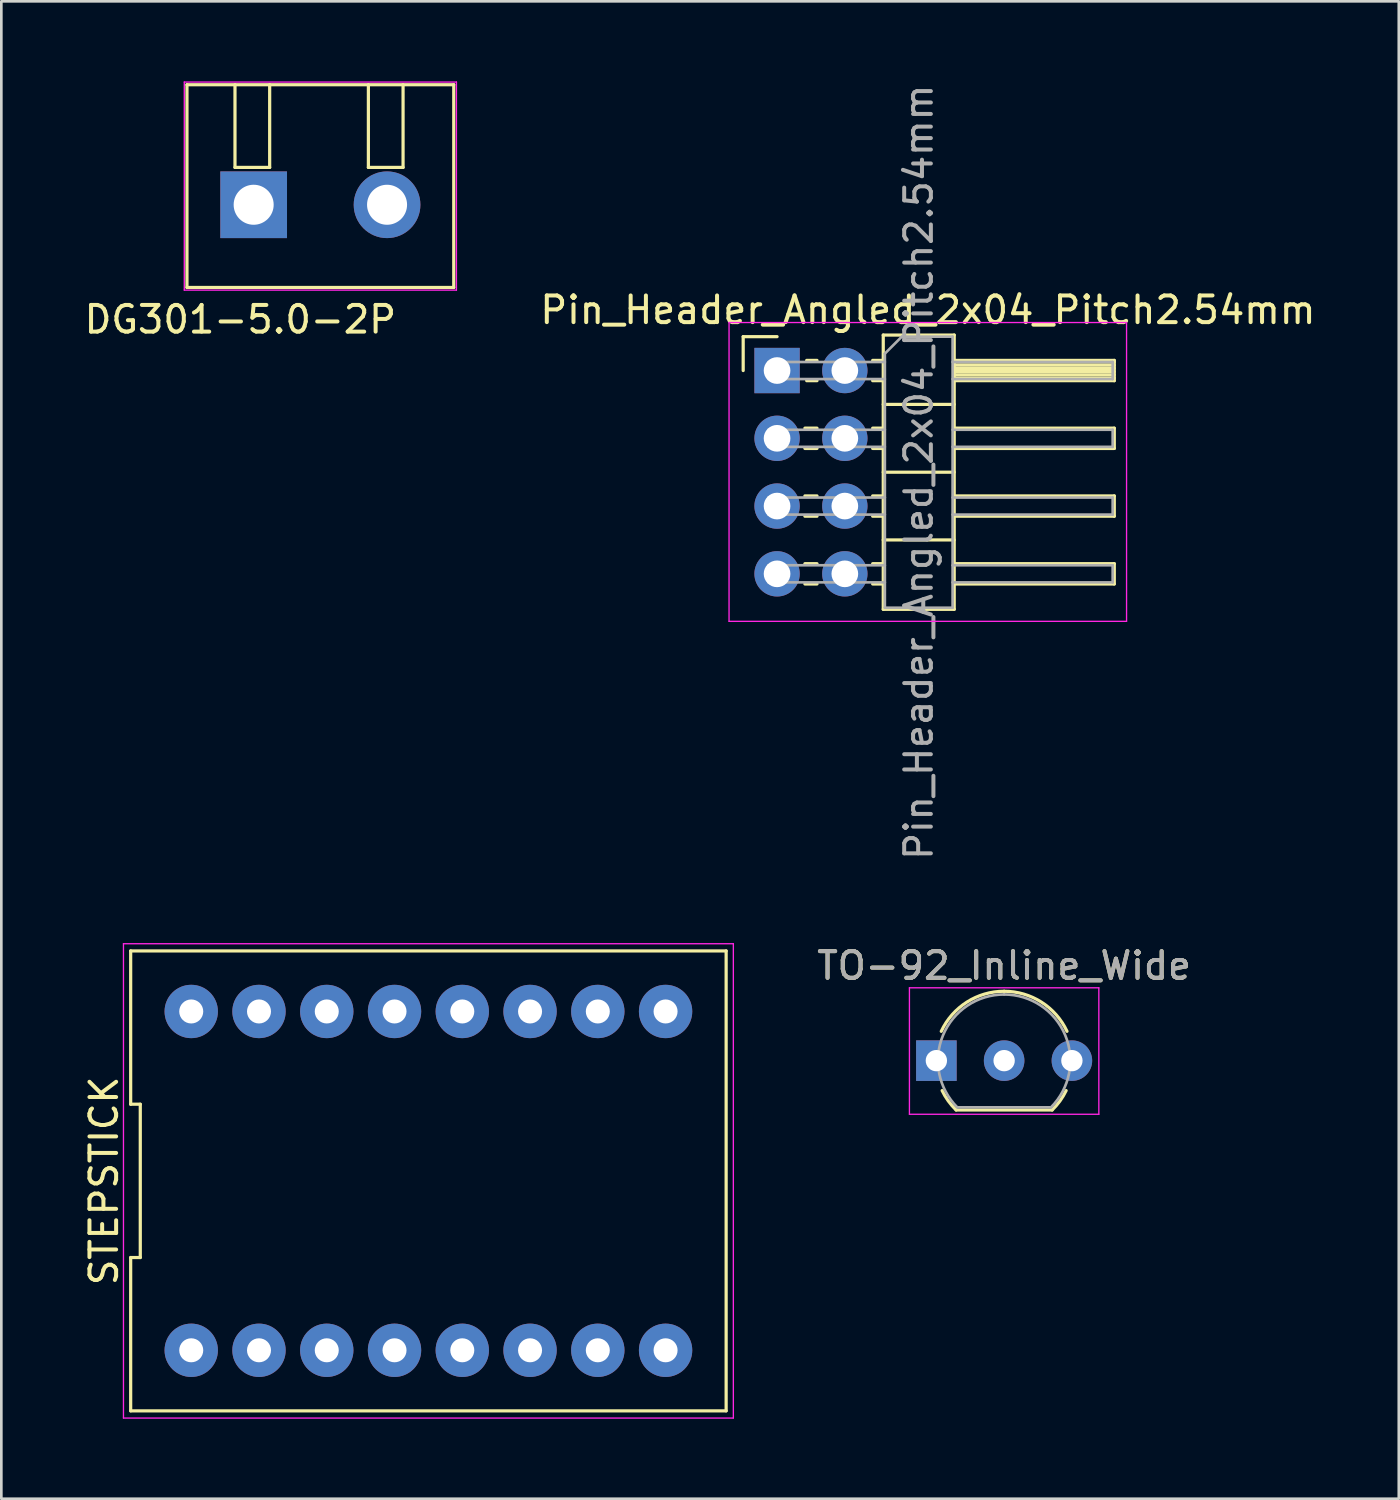
<source format=kicad_pcb>
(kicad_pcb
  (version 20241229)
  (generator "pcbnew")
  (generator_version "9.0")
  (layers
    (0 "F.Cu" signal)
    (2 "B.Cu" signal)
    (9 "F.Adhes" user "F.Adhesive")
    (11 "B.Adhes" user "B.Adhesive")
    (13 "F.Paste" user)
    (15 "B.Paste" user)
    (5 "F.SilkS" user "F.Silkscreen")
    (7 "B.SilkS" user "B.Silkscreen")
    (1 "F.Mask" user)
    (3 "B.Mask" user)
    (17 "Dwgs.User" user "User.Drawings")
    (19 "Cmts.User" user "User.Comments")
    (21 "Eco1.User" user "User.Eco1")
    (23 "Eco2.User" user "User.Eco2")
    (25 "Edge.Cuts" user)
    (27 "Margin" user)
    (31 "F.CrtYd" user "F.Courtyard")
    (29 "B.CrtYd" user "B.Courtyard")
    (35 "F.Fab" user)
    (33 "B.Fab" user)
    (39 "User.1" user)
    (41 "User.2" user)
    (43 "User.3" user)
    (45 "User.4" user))
  (footprint "TO-92_Inline_Wide"
    (layer "F.Cu")
    (at 32.048 36.706)
    (property "Reference" "TO-92_Inline_Wide" (at 2.54 -3.56 180) (layer "F.SilkS") (effects (font (size 1 1) (thickness 0.15))))
    (attr through_hole)
    (fp_line (start 0.74 1.85) (end 4.34 1.85) (stroke (width 0.12) (type solid)) (layer "F.SilkS"))
    (fp_arc (start 0.1836 -1.098807) (mid 1.143021 -2.192817) (end 2.54 -2.6) (stroke (width 0.12) (type solid)) (layer "F.SilkS"))
    (fp_arc (start 0.74 1.85) (mid 0.446097 1.509328) (end 0.215816 1.122795) (stroke (width 0.12) (type solid)) (layer "F.SilkS"))
    (fp_arc (start 2.54 -2.6) (mid 3.936979 -2.192818) (end 4.8964 -1.098807) (stroke (width 0.12) (type solid)) (layer "F.SilkS"))
    (fp_arc (start 4.864184 1.122795) (mid 4.633903 1.509328) (end 4.34 1.85) (stroke (width 0.12) (type solid)) (layer "F.SilkS"))
    (fp_line (start -1.01 -2.73) (end -1.01 2.01) (stroke (width 0.05) (type solid)) (layer "F.CrtYd"))
    (fp_line (start -1.01 -2.73) (end 6.09 -2.73) (stroke (width 0.05) (type solid)) (layer "F.CrtYd"))
    (fp_line (start 6.09 2.01) (end -1.01 2.01) (stroke (width 0.05) (type solid)) (layer "F.CrtYd"))
    (fp_line (start 6.09 2.01) (end 6.09 -2.73) (stroke (width 0.05) (type solid)) (layer "F.CrtYd"))
    (fp_line (start 0.8 1.75) (end 4.3 1.75) (stroke (width 0.1) (type solid)) (layer "F.Fab"))
    (fp_arc (start 0.786375 1.753625) (mid 0.248779 -0.949055) (end 2.54 -2.48) (stroke (width 0.1) (type solid)) (layer "F.Fab"))
    (fp_arc (start 2.54 -2.48) (mid 4.831221 -0.949055) (end 4.293625 1.753625) (stroke (width 0.1) (type solid)) (layer "F.Fab"))
    (fp_text user "${REFERENCE}" (at 2.54 -3.56 180) (layer "F.Fab") (effects (font (size 1 1) (thickness 0.15))))
    (pad "1" thru_hole rect (at 0 0 90) (size 1.52 1.52) (drill 0.8) (layers "*.Cu" "*.Mask"))
    (pad "2" thru_hole circle (at 2.54 0 90) (size 1.52 1.52) (drill 0.8) (layers "*.Cu" "*.Mask"))
    (pad "3" thru_hole circle (at 5.08 0 90) (size 1.52 1.52) (drill 0.8) (layers "*.Cu" "*.Mask")))
  (footprint "STEPSTICK"
    (layer "F.Cu")
    (at 13.008 41.213)
    (property "Reference" "STEPSTICK" (at -12.16 0 90) (layer "F.SilkS") (effects (font (size 1 1) (thickness 0.15))))
    (attr through_hole)
    (fp_line (start -11.16 -8.62) (end -11.16 -2.873) (stroke (width 0.12) (type solid)) (layer "F.SilkS"))
    (fp_line (start -11.16 -2.873) (end -10.8 -2.873) (stroke (width 0.12) (type solid)) (layer "F.SilkS"))
    (fp_line (start -11.16 2.873) (end -11.16 8.62) (stroke (width 0.12) (type solid)) (layer "F.SilkS"))
    (fp_line (start -11.16 8.62) (end 11.16 8.62) (stroke (width 0.12) (type solid)) (layer "F.SilkS"))
    (fp_line (start -10.8 -2.873) (end -10.8 2.873) (stroke (width 0.12) (type solid)) (layer "F.SilkS"))
    (fp_line (start -10.8 2.873) (end -11.16 2.873) (stroke (width 0.12) (type solid)) (layer "F.SilkS"))
    (fp_line (start 11.16 -8.62) (end -11.16 -8.62) (stroke (width 0.12) (type solid)) (layer "F.SilkS"))
    (fp_line (start 11.16 8.62) (end 11.16 -8.62) (stroke (width 0.12) (type solid)) (layer "F.SilkS"))
    (fp_line (start -11.43 -8.89) (end 11.43 -8.89) (stroke (width 0.05) (type solid)) (layer "F.CrtYd"))
    (fp_line (start -11.43 8.89) (end -11.43 -8.89) (stroke (width 0.05) (type solid)) (layer "F.CrtYd"))
    (fp_line (start 11.43 -8.89) (end 11.43 8.89) (stroke (width 0.05) (type solid)) (layer "F.CrtYd"))
    (fp_line (start 11.43 8.89) (end -11.43 8.89) (stroke (width 0.05) (type solid)) (layer "F.CrtYd"))
    (pad "1" thru_hole circle (at -8.89 6.35) (size 2 2) (drill 0.9) (layers "*.Cu" "*.Mask"))
    (pad "2" thru_hole circle (at -6.35 6.35) (size 2 2) (drill 0.9) (layers "*.Cu" "*.Mask"))
    (pad "3" thru_hole circle (at -3.81 6.35) (size 2 2) (drill 0.9) (layers "*.Cu" "*.Mask"))
    (pad "4" thru_hole circle (at -1.27 6.35) (size 2 2) (drill 0.9) (layers "*.Cu" "*.Mask"))
    (pad "5" thru_hole circle (at 1.27 6.35) (size 2 2) (drill 0.9) (layers "*.Cu" "*.Mask"))
    (pad "6" thru_hole circle (at 3.81 6.35) (size 2 2) (drill 0.9) (layers "*.Cu" "*.Mask"))
    (pad "7" thru_hole circle (at 6.35 6.35) (size 2 2) (drill 0.9) (layers "*.Cu" "*.Mask"))
    (pad "8" thru_hole circle (at 8.89 6.35) (size 2 2) (drill 0.9) (layers "*.Cu" "*.Mask"))
    (pad "9" thru_hole circle (at 8.89 -6.35) (size 2 2) (drill 0.9) (layers "*.Cu" "*.Mask"))
    (pad "10" thru_hole circle (at 6.35 -6.35) (size 2 2) (drill 0.9) (layers "*.Cu" "*.Mask"))
    (pad "11" thru_hole circle (at 3.81 -6.35) (size 2 2) (drill 0.9) (layers "*.Cu" "*.Mask"))
    (pad "12" thru_hole circle (at 1.27 -6.35) (size 2 2) (drill 0.9) (layers "*.Cu" "*.Mask"))
    (pad "13" thru_hole circle (at -1.27 -6.35) (size 2 2) (drill 0.9) (layers "*.Cu" "*.Mask"))
    (pad "14" thru_hole circle (at -3.81 -6.35) (size 2 2) (drill 0.9) (layers "*.Cu" "*.Mask"))
    (pad "15" thru_hole circle (at -6.35 -6.35) (size 2 2) (drill 0.9) (layers "*.Cu" "*.Mask"))
    (pad "16" thru_hole circle (at -8.89 -6.35) (size 2 2) (drill 0.9) (layers "*.Cu" "*.Mask")))
  (footprint "DG301-5.0-2P"
    (layer "F.Cu")
    (at 6.458 4.625)
    (property "Reference" "DG301-5.0-2P" (at -0.5 4.3 0) (layer "F.SilkS") (effects (font (size 1 1) (thickness 0.15))))
    (attr through_hole)
    (fp_line (start -2.5 -4.5) (end -2.5 3.1) (stroke (width 0.12) (type solid)) (layer "F.SilkS"))
    (fp_line (start -2.5 3.1) (end 7.5 3.1) (stroke (width 0.12) (type solid)) (layer "F.SilkS"))
    (fp_line (start -0.7 -4.5) (end -0.7 -1.4) (stroke (width 0.12) (type solid)) (layer "F.SilkS"))
    (fp_line (start -0.7 -1.4) (end 0.6 -1.4) (stroke (width 0.12) (type solid)) (layer "F.SilkS"))
    (fp_line (start 0.6 -1.4) (end 0.6 -4.5) (stroke (width 0.12) (type solid)) (layer "F.SilkS"))
    (fp_line (start 4.3 -4.5) (end 4.3 -1.4) (stroke (width 0.12) (type solid)) (layer "F.SilkS"))
    (fp_line (start 4.3 -1.4) (end 5.6 -1.4) (stroke (width 0.12) (type solid)) (layer "F.SilkS"))
    (fp_line (start 5.6 -1.4) (end 5.6 -4.5) (stroke (width 0.12) (type solid)) (layer "F.SilkS"))
    (fp_line (start 7.5 -4.5) (end -2.5 -4.5) (stroke (width 0.12) (type solid)) (layer "F.SilkS"))
    (fp_line (start 7.5 3.1) (end 7.5 -4.5) (stroke (width 0.12) (type solid)) (layer "F.SilkS"))
    (fp_line (start -2.6 -4.6) (end -2.6 3.2) (stroke (width 0.05) (type solid)) (layer "F.CrtYd"))
    (fp_line (start -2.6 3.2) (end 7.6 3.2) (stroke (width 0.05) (type solid)) (layer "F.CrtYd"))
    (fp_line (start 7.6 -4.6) (end -2.6 -4.6) (stroke (width 0.05) (type solid)) (layer "F.CrtYd"))
    (fp_line (start 7.6 3.2) (end 7.6 -4.6) (stroke (width 0.05) (type solid)) (layer "F.CrtYd"))
    (pad "1" thru_hole rect (at 0 0) (size 2.5 2.5) (drill 1.5) (layers "*.Cu" "*.Mask"))
    (pad "2" thru_hole circle (at 5 0) (size 2.5 2.5) (drill 1.5) (layers "*.Cu" "*.Mask")))
  (footprint "Pin_Header_Angled_2x04_Pitch2.54mm"
    (layer "F.Cu")
    (at 26.077 10.839)
    (property "Reference" "Pin_Header_Angled_2x04_Pitch2.54mm" (at 5.655 -2.27 0) (layer "F.SilkS") (effects (font (size 1 1) (thickness 0.15))))
    (attr through_hole)
    (fp_line (start -1.27 -1.27) (end 0 -1.27) (stroke (width 0.12) (type solid)) (layer "F.SilkS"))
    (fp_line (start -1.27 0) (end -1.27 -1.27) (stroke (width 0.12) (type solid)) (layer "F.SilkS"))
    (fp_line (start 1.043 2.16) (end 1.497 2.16) (stroke (width 0.12) (type solid)) (layer "F.SilkS"))
    (fp_line (start 1.043 2.92) (end 1.497 2.92) (stroke (width 0.12) (type solid)) (layer "F.SilkS"))
    (fp_line (start 1.043 4.7) (end 1.497 4.7) (stroke (width 0.12) (type solid)) (layer "F.SilkS"))
    (fp_line (start 1.043 5.46) (end 1.497 5.46) (stroke (width 0.12) (type solid)) (layer "F.SilkS"))
    (fp_line (start 1.043 7.24) (end 1.497 7.24) (stroke (width 0.12) (type solid)) (layer "F.SilkS"))
    (fp_line (start 1.043 8) (end 1.497 8) (stroke (width 0.12) (type solid)) (layer "F.SilkS"))
    (fp_line (start 1.11 -0.38) (end 1.497 -0.38) (stroke (width 0.12) (type solid)) (layer "F.SilkS"))
    (fp_line (start 1.11 0.38) (end 1.497 0.38) (stroke (width 0.12) (type solid)) (layer "F.SilkS"))
    (fp_line (start 3.583 -0.38) (end 3.98 -0.38) (stroke (width 0.12) (type solid)) (layer "F.SilkS"))
    (fp_line (start 3.583 0.38) (end 3.98 0.38) (stroke (width 0.12) (type solid)) (layer "F.SilkS"))
    (fp_line (start 3.583 2.16) (end 3.98 2.16) (stroke (width 0.12) (type solid)) (layer "F.SilkS"))
    (fp_line (start 3.583 2.92) (end 3.98 2.92) (stroke (width 0.12) (type solid)) (layer "F.SilkS"))
    (fp_line (start 3.583 4.7) (end 3.98 4.7) (stroke (width 0.12) (type solid)) (layer "F.SilkS"))
    (fp_line (start 3.583 5.46) (end 3.98 5.46) (stroke (width 0.12) (type solid)) (layer "F.SilkS"))
    (fp_line (start 3.583 7.24) (end 3.98 7.24) (stroke (width 0.12) (type solid)) (layer "F.SilkS"))
    (fp_line (start 3.583 8) (end 3.98 8) (stroke (width 0.12) (type solid)) (layer "F.SilkS"))
    (fp_line (start 3.98 -1.33) (end 3.98 8.95) (stroke (width 0.12) (type solid)) (layer "F.SilkS"))
    (fp_line (start 3.98 1.27) (end 6.64 1.27) (stroke (width 0.12) (type solid)) (layer "F.SilkS"))
    (fp_line (start 3.98 3.81) (end 6.64 3.81) (stroke (width 0.12) (type solid)) (layer "F.SilkS"))
    (fp_line (start 3.98 6.35) (end 6.64 6.35) (stroke (width 0.12) (type solid)) (layer "F.SilkS"))
    (fp_line (start 3.98 8.95) (end 6.64 8.95) (stroke (width 0.12) (type solid)) (layer "F.SilkS"))
    (fp_line (start 6.64 -1.33) (end 3.98 -1.33) (stroke (width 0.12) (type solid)) (layer "F.SilkS"))
    (fp_line (start 6.64 -0.38) (end 12.64 -0.38) (stroke (width 0.12) (type solid)) (layer "F.SilkS"))
    (fp_line (start 6.64 -0.32) (end 12.64 -0.32) (stroke (width 0.12) (type solid)) (layer "F.SilkS"))
    (fp_line (start 6.64 -0.2) (end 12.64 -0.2) (stroke (width 0.12) (type solid)) (layer "F.SilkS"))
    (fp_line (start 6.64 -0.08) (end 12.64 -0.08) (stroke (width 0.12) (type solid)) (layer "F.SilkS"))
    (fp_line (start 6.64 0.04) (end 12.64 0.04) (stroke (width 0.12) (type solid)) (layer "F.SilkS"))
    (fp_line (start 6.64 0.16) (end 12.64 0.16) (stroke (width 0.12) (type solid)) (layer "F.SilkS"))
    (fp_line (start 6.64 0.28) (end 12.64 0.28) (stroke (width 0.12) (type solid)) (layer "F.SilkS"))
    (fp_line (start 6.64 2.16) (end 12.64 2.16) (stroke (width 0.12) (type solid)) (layer "F.SilkS"))
    (fp_line (start 6.64 4.7) (end 12.64 4.7) (stroke (width 0.12) (type solid)) (layer "F.SilkS"))
    (fp_line (start 6.64 7.24) (end 12.64 7.24) (stroke (width 0.12) (type solid)) (layer "F.SilkS"))
    (fp_line (start 6.64 8.95) (end 6.64 -1.33) (stroke (width 0.12) (type solid)) (layer "F.SilkS"))
    (fp_line (start 12.64 -0.38) (end 12.64 0.38) (stroke (width 0.12) (type solid)) (layer "F.SilkS"))
    (fp_line (start 12.64 0.38) (end 6.64 0.38) (stroke (width 0.12) (type solid)) (layer "F.SilkS"))
    (fp_line (start 12.64 2.16) (end 12.64 2.92) (stroke (width 0.12) (type solid)) (layer "F.SilkS"))
    (fp_line (start 12.64 2.92) (end 6.64 2.92) (stroke (width 0.12) (type solid)) (layer "F.SilkS"))
    (fp_line (start 12.64 4.7) (end 12.64 5.46) (stroke (width 0.12) (type solid)) (layer "F.SilkS"))
    (fp_line (start 12.64 5.46) (end 6.64 5.46) (stroke (width 0.12) (type solid)) (layer "F.SilkS"))
    (fp_line (start 12.64 7.24) (end 12.64 8) (stroke (width 0.12) (type solid)) (layer "F.SilkS"))
    (fp_line (start 12.64 8) (end 6.64 8) (stroke (width 0.12) (type solid)) (layer "F.SilkS"))
    (fp_line (start -1.8 -1.8) (end -1.8 9.4) (stroke (width 0.05) (type solid)) (layer "F.CrtYd"))
    (fp_line (start -1.8 9.4) (end 13.1 9.4) (stroke (width 0.05) (type solid)) (layer "F.CrtYd"))
    (fp_line (start 13.1 -1.8) (end -1.8 -1.8) (stroke (width 0.05) (type solid)) (layer "F.CrtYd"))
    (fp_line (start 13.1 9.4) (end 13.1 -1.8) (stroke (width 0.05) (type solid)) (layer "F.CrtYd"))
    (fp_line (start -0.32 -0.32) (end -0.32 0.32) (stroke (width 0.1) (type solid)) (layer "F.Fab"))
    (fp_line (start -0.32 -0.32) (end 4.04 -0.32) (stroke (width 0.1) (type solid)) (layer "F.Fab"))
    (fp_line (start -0.32 0.32) (end 4.04 0.32) (stroke (width 0.1) (type solid)) (layer "F.Fab"))
    (fp_line (start -0.32 2.22) (end -0.32 2.86) (stroke (width 0.1) (type solid)) (layer "F.Fab"))
    (fp_line (start -0.32 2.22) (end 4.04 2.22) (stroke (width 0.1) (type solid)) (layer "F.Fab"))
    (fp_line (start -0.32 2.86) (end 4.04 2.86) (stroke (width 0.1) (type solid)) (layer "F.Fab"))
    (fp_line (start -0.32 4.76) (end -0.32 5.4) (stroke (width 0.1) (type solid)) (layer "F.Fab"))
    (fp_line (start -0.32 4.76) (end 4.04 4.76) (stroke (width 0.1) (type solid)) (layer "F.Fab"))
    (fp_line (start -0.32 5.4) (end 4.04 5.4) (stroke (width 0.1) (type solid)) (layer "F.Fab"))
    (fp_line (start -0.32 7.3) (end -0.32 7.94) (stroke (width 0.1) (type solid)) (layer "F.Fab"))
    (fp_line (start -0.32 7.3) (end 4.04 7.3) (stroke (width 0.1) (type solid)) (layer "F.Fab"))
    (fp_line (start -0.32 7.94) (end 4.04 7.94) (stroke (width 0.1) (type solid)) (layer "F.Fab"))
    (fp_line (start 4.04 -0.635) (end 4.675 -1.27) (stroke (width 0.1) (type solid)) (layer "F.Fab"))
    (fp_line (start 4.04 8.89) (end 4.04 -0.635) (stroke (width 0.1) (type solid)) (layer "F.Fab"))
    (fp_line (start 4.675 -1.27) (end 6.58 -1.27) (stroke (width 0.1) (type solid)) (layer "F.Fab"))
    (fp_line (start 6.58 -1.27) (end 6.58 8.89) (stroke (width 0.1) (type solid)) (layer "F.Fab"))
    (fp_line (start 6.58 -0.32) (end 12.58 -0.32) (stroke (width 0.1) (type solid)) (layer "F.Fab"))
    (fp_line (start 6.58 0.32) (end 12.58 0.32) (stroke (width 0.1) (type solid)) (layer "F.Fab"))
    (fp_line (start 6.58 2.22) (end 12.58 2.22) (stroke (width 0.1) (type solid)) (layer "F.Fab"))
    (fp_line (start 6.58 2.86) (end 12.58 2.86) (stroke (width 0.1) (type solid)) (layer "F.Fab"))
    (fp_line (start 6.58 4.76) (end 12.58 4.76) (stroke (width 0.1) (type solid)) (layer "F.Fab"))
    (fp_line (start 6.58 5.4) (end 12.58 5.4) (stroke (width 0.1) (type solid)) (layer "F.Fab"))
    (fp_line (start 6.58 7.3) (end 12.58 7.3) (stroke (width 0.1) (type solid)) (layer "F.Fab"))
    (fp_line (start 6.58 7.94) (end 12.58 7.94) (stroke (width 0.1) (type solid)) (layer "F.Fab"))
    (fp_line (start 6.58 8.89) (end 4.04 8.89) (stroke (width 0.1) (type solid)) (layer "F.Fab"))
    (fp_line (start 12.58 -0.32) (end 12.58 0.32) (stroke (width 0.1) (type solid)) (layer "F.Fab"))
    (fp_line (start 12.58 2.22) (end 12.58 2.86) (stroke (width 0.1) (type solid)) (layer "F.Fab"))
    (fp_line (start 12.58 4.76) (end 12.58 5.4) (stroke (width 0.1) (type solid)) (layer "F.Fab"))
    (fp_line (start 12.58 7.3) (end 12.58 7.94) (stroke (width 0.1) (type solid)) (layer "F.Fab"))
    (fp_text user "${REFERENCE}" (at 5.31 3.81 90) (layer "F.Fab") (effects (font (size 1 1) (thickness 0.15))))
    (pad "1" thru_hole rect (at 0 0) (size 1.7 1.7) (drill 1) (layers "*.Cu" "*.Mask"))
    (pad "2" thru_hole oval (at 2.54 0) (size 1.7 1.7) (drill 1) (layers "*.Cu" "*.Mask"))
    (pad "3" thru_hole oval (at 0 2.54) (size 1.7 1.7) (drill 1) (layers "*.Cu" "*.Mask"))
    (pad "4" thru_hole oval (at 2.54 2.54) (size 1.7 1.7) (drill 1) (layers "*.Cu" "*.Mask"))
    (pad "5" thru_hole oval (at 0 5.08) (size 1.7 1.7) (drill 1) (layers "*.Cu" "*.Mask"))
    (pad "6" thru_hole oval (at 2.54 5.08) (size 1.7 1.7) (drill 1) (layers "*.Cu" "*.Mask"))
    (pad "7" thru_hole oval (at 0 7.62) (size 1.7 1.7) (drill 1) (layers "*.Cu" "*.Mask"))
    (pad "8" thru_hole oval (at 2.54 7.62) (size 1.7 1.7) (drill 1) (layers "*.Cu" "*.Mask")))
  (gr_rect
    (start -3 -3)
    (end 49.381 53.128)
    (stroke (width 0.1) (type default))
    (fill no)
    (layer "Edge.Cuts")))
</source>
